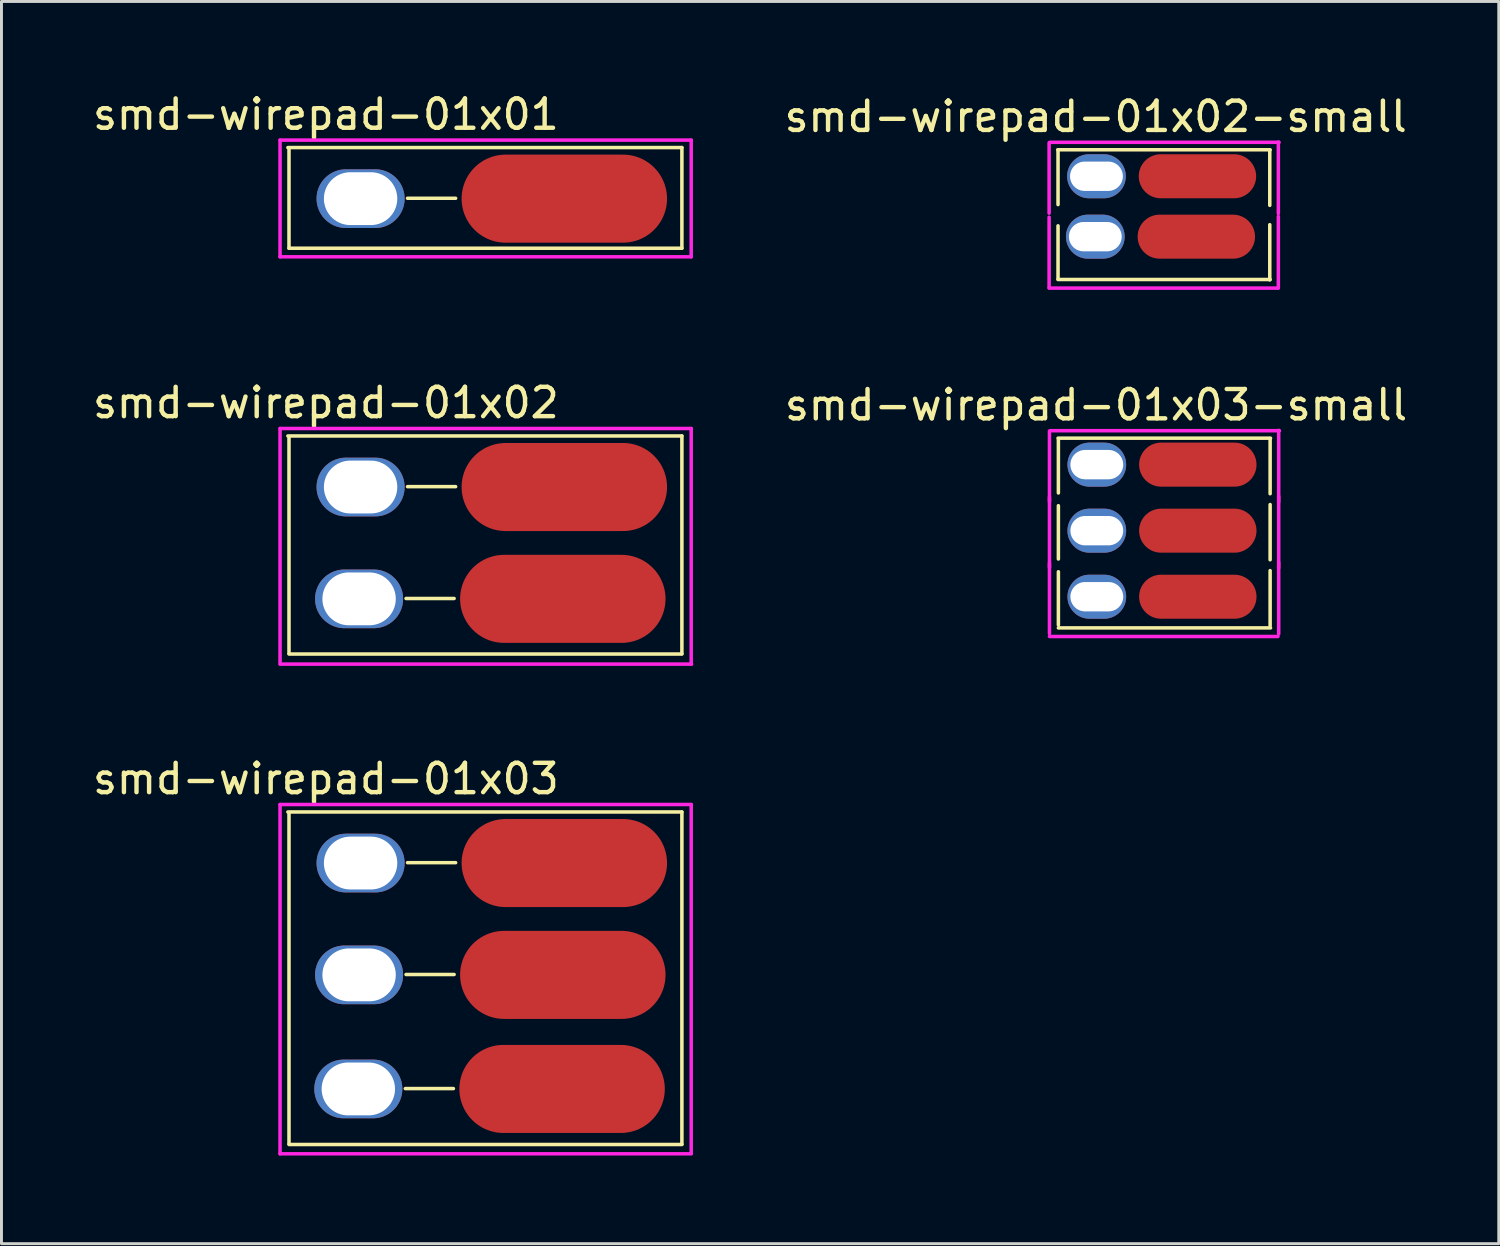
<source format=kicad_pcb>
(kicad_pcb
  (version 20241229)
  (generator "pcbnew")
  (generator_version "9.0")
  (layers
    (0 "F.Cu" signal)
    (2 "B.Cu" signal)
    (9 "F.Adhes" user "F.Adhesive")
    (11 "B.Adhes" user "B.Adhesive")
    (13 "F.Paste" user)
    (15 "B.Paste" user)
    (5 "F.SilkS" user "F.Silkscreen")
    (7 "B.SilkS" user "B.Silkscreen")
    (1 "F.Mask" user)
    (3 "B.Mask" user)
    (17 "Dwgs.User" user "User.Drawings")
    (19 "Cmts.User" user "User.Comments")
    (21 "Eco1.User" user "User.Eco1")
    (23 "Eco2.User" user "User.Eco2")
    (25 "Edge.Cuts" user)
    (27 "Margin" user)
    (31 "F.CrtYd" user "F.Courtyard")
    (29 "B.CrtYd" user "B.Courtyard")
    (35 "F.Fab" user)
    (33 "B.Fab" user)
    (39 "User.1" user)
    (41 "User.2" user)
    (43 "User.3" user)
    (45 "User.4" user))
  (footprint "smd-wirepad-01x03-small"
    (layer "F.Cu")
    (at 37.937 10.075)
    (property "Reference" "smd-wirepad-01x03-small" (at -3.645 0.673 0) (layer "F.SilkS") (effects (font (size 1 1) (thickness 0.15))))
    (attr through_hole)
    (fp_line (start -4.94 1.803) (end 2.299 1.803) (stroke (width 0.12) (type solid)) (layer "F.SilkS"))
    (fp_line (start -4.928 3.67) (end -4.928 1.854) (stroke (width 0.12) (type solid)) (layer "F.SilkS"))
    (fp_line (start -4.928 5.92) (end -4.928 4.104) (stroke (width 0.12) (type solid)) (layer "F.SilkS"))
    (fp_line (start -4.928 8.17) (end -4.928 6.354) (stroke (width 0.12) (type solid)) (layer "F.SilkS"))
    (fp_line (start 2.286 1.816) (end 2.286 3.696) (stroke (width 0.12) (type solid)) (layer "F.SilkS"))
    (fp_line (start 2.286 4.066) (end 2.286 5.946) (stroke (width 0.12) (type solid)) (layer "F.SilkS"))
    (fp_line (start 2.286 6.316) (end 2.286 8.196) (stroke (width 0.12) (type solid)) (layer "F.SilkS"))
    (fp_line (start 2.299 8.268) (end -4.928 8.268) (stroke (width 0.12) (type solid)) (layer "F.SilkS"))
    (fp_line (start -5.232 3.962) (end -5.232 1.562) (stroke (width 0.12) (type solid)) (layer "F.CrtYd"))
    (fp_line (start -5.232 6.212) (end -5.232 3.812) (stroke (width 0.12) (type solid)) (layer "F.CrtYd"))
    (fp_line (start -5.232 8.462) (end -5.232 6.062) (stroke (width 0.12) (type solid)) (layer "F.CrtYd"))
    (fp_line (start -5.207 1.549) (end 2.603 1.549) (stroke (width 0.12) (type solid)) (layer "F.CrtYd"))
    (fp_line (start 2.553 8.56) (end -5.232 8.56) (stroke (width 0.12) (type solid)) (layer "F.CrtYd"))
    (fp_line (start 2.578 1.537) (end 2.578 3.975) (stroke (width 0.12) (type solid)) (layer "F.CrtYd"))
    (fp_line (start 2.578 3.787) (end 2.578 6.225) (stroke (width 0.12) (type solid)) (layer "F.CrtYd"))
    (fp_line (start 2.578 6.037) (end 2.578 8.475) (stroke (width 0.12) (type solid)) (layer "F.CrtYd"))
    (pad "" np_thru_hole oval (at -3.619 2.705) (size 2 1.5) (drill oval 1.8 1) (layers "*.Cu" "*.Mask"))
    (pad "" np_thru_hole oval (at -3.619 4.955) (size 2 1.5) (drill oval 1.8 1) (layers "*.Cu" "*.Mask"))
    (pad "" np_thru_hole oval (at -3.619 7.205) (size 2 1.5) (drill oval 1.8 1) (layers "*.Cu" "*.Mask"))
    (pad "1" smd oval (at -0.178 2.705) (size 4 1.5) (layers "F.Cu" "F.Mask" "F.Paste"))
    (pad "2" smd oval (at -0.178 4.955) (size 4 1.5) (layers "F.Cu" "F.Mask" "F.Paste"))
    (pad "3" smd oval (at -0.178 7.205) (size 4 1.5) (layers "F.Cu" "F.Mask" "F.Paste")))
  (footprint "smd-wirepad-01x03"
    (layer "F.Cu")
    (at 12.854 23.649)
    (property "Reference" "smd-wirepad-01x03" (at -4.801 -0.165 0) (layer "F.SilkS") (effects (font (size 1 1) (thickness 0.15))))
    (attr through_hole)
    (fp_line (start -6.096 0.965) (end 7.328 0.965) (stroke (width 0.12) (type solid)) (layer "F.SilkS"))
    (fp_line (start -6.058 12.268) (end -6.058 0.991) (stroke (width 0.12) (type solid)) (layer "F.SilkS"))
    (fp_line (start -2.095 10.389) (end -0.457 10.389) (stroke (width 0.12) (type solid)) (layer "F.SilkS"))
    (fp_line (start -2.07 6.502) (end -0.432 6.502) (stroke (width 0.12) (type solid)) (layer "F.SilkS"))
    (fp_line (start -2.019 2.692) (end -0.381 2.692) (stroke (width 0.12) (type solid)) (layer "F.SilkS"))
    (fp_line (start 7.328 0.965) (end 7.328 12.281) (stroke (width 0.12) (type solid)) (layer "F.SilkS"))
    (fp_line (start 7.328 12.294) (end -6.058 12.294) (stroke (width 0.12) (type solid)) (layer "F.SilkS"))
    (fp_line (start -6.363 0.711) (end 7.645 0.711) (stroke (width 0.12) (type solid)) (layer "F.CrtYd"))
    (fp_line (start -6.363 12.611) (end -6.363 0.711) (stroke (width 0.12) (type solid)) (layer "F.CrtYd"))
    (fp_line (start 7.645 0.711) (end 7.645 12.598) (stroke (width 0.12) (type solid)) (layer "F.CrtYd"))
    (fp_line (start 7.645 12.611) (end -6.363 12.611) (stroke (width 0.12) (type solid)) (layer "F.CrtYd"))
    (pad "" np_thru_hole oval (at -3.696 10.401) (size 3 2) (drill oval 2.5 1.8) (layers "*.Cu" "*.Mask"))
    (pad "" np_thru_hole oval (at -3.67 6.515) (size 3 2) (drill oval 2.5 1.8) (layers "*.Cu" "*.Mask"))
    (pad "" np_thru_hole oval (at -3.619 2.705) (size 3 2) (drill oval 2.5 1.8) (layers "*.Cu" "*.Mask"))
    (pad "1" smd oval (at -0.178 2.705) (size 7 3) (drill (offset 3.5 0)) (layers "F.Cu" "F.Mask" "F.Paste"))
    (pad "2" smd oval (at -0.229 6.515) (size 7 3) (drill (offset 3.5 0)) (layers "F.Cu" "F.Mask" "F.Paste"))
    (pad "3" smd oval (at -0.254 10.401) (size 7 3) (drill (offset 3.5 0)) (layers "F.Cu" "F.Mask" "F.Paste")))
  (footprint "smd-wirepad-01x01"
    (layer "F.Cu")
    (at 12.854 1.013)
    (property "Reference" "smd-wirepad-01x01" (at -4.801 -0.165 0) (layer "F.SilkS") (effects (font (size 1 1) (thickness 0.15))))
    (attr through_hole)
    (fp_line (start -6.096 0.965) (end 7.328 0.965) (stroke (width 0.12) (type solid)) (layer "F.SilkS"))
    (fp_line (start -6.058 4.394) (end -6.058 0.991) (stroke (width 0.12) (type solid)) (layer "F.SilkS"))
    (fp_line (start -2.019 2.692) (end -0.381 2.692) (stroke (width 0.12) (type solid)) (layer "F.SilkS"))
    (fp_line (start 7.328 0.965) (end 7.328 4.394) (stroke (width 0.12) (type solid)) (layer "F.SilkS"))
    (fp_line (start 7.328 4.394) (end -6.058 4.394) (stroke (width 0.12) (type solid)) (layer "F.SilkS"))
    (fp_line (start -6.363 0.711) (end 7.645 0.711) (stroke (width 0.12) (type solid)) (layer "F.CrtYd"))
    (fp_line (start -6.363 4.686) (end -6.363 0.711) (stroke (width 0.12) (type solid)) (layer "F.CrtYd"))
    (fp_line (start 7.645 0.711) (end 7.645 4.686) (stroke (width 0.12) (type solid)) (layer "F.CrtYd"))
    (fp_line (start 7.645 4.686) (end -6.363 4.686) (stroke (width 0.12) (type solid)) (layer "F.CrtYd"))
    (pad "" np_thru_hole oval (at -3.619 2.705) (size 3 2) (drill oval 2.5 1.8) (layers "*.Cu" "*.Mask"))
    (pad "1" smd oval (at -0.178 2.705) (size 7 3) (drill (offset 3.5 0)) (layers "F.Cu" "F.Mask" "F.Paste")))
  (footprint "smd-wirepad-01x02-small"
    (layer "F.Cu")
    (at 37.925 0.25)
    (property "Reference" "smd-wirepad-01x02-small" (at -3.645 0.673 0) (layer "F.SilkS") (effects (font (size 1 1) (thickness 0.15))))
    (attr through_hole)
    (fp_line (start -4.94 1.803) (end 2.299 1.803) (stroke (width 0.12) (type solid)) (layer "F.SilkS"))
    (fp_line (start -4.928 3.67) (end -4.928 1.854) (stroke (width 0.12) (type solid)) (layer "F.SilkS"))
    (fp_line (start -4.928 6.21) (end -4.928 4.394) (stroke (width 0.12) (type solid)) (layer "F.SilkS"))
    (fp_line (start 2.286 1.816) (end 2.286 3.696) (stroke (width 0.12) (type solid)) (layer "F.SilkS"))
    (fp_line (start 2.286 4.356) (end 2.286 6.236) (stroke (width 0.12) (type solid)) (layer "F.SilkS"))
    (fp_line (start 2.299 6.223) (end -4.928 6.223) (stroke (width 0.12) (type solid)) (layer "F.SilkS"))
    (fp_line (start -5.232 3.962) (end -5.232 1.562) (stroke (width 0.12) (type solid)) (layer "F.CrtYd"))
    (fp_line (start -5.232 6.502) (end -5.232 4.102) (stroke (width 0.12) (type solid)) (layer "F.CrtYd"))
    (fp_line (start -5.207 1.549) (end 2.603 1.549) (stroke (width 0.12) (type solid)) (layer "F.CrtYd"))
    (fp_line (start 2.553 6.515) (end -5.232 6.515) (stroke (width 0.12) (type solid)) (layer "F.CrtYd"))
    (fp_line (start 2.578 1.537) (end 2.578 3.975) (stroke (width 0.12) (type solid)) (layer "F.CrtYd"))
    (fp_line (start 2.578 4.077) (end 2.578 6.515) (stroke (width 0.12) (type solid)) (layer "F.CrtYd"))
    (pad "" np_thru_hole oval (at -3.658 4.763) (size 2 1.5) (drill oval 1.8 1) (layers "*.Cu" "*.Mask"))
    (pad "" np_thru_hole oval (at -3.619 2.705) (size 2 1.5) (drill oval 1.8 1) (layers "*.Cu" "*.Mask"))
    (pad "1" smd oval (at -0.178 2.705) (size 4 1.5) (layers "F.Cu" "F.Mask" "F.Paste"))
    (pad "2" smd oval (at -0.216 4.763) (size 4 1.5) (layers "F.Cu" "F.Mask" "F.Paste")))
  (footprint "smd-wirepad-01x02"
    (layer "F.Cu")
    (at 12.854 10.838)
    (property "Reference" "smd-wirepad-01x02" (at -4.801 -0.165 0) (layer "F.SilkS") (effects (font (size 1 1) (thickness 0.15))))
    (attr through_hole)
    (fp_line (start -6.096 0.965) (end 7.328 0.965) (stroke (width 0.12) (type solid)) (layer "F.SilkS"))
    (fp_line (start -6.058 8.369) (end -6.058 0.991) (stroke (width 0.12) (type solid)) (layer "F.SilkS"))
    (fp_line (start -2.07 6.502) (end -0.432 6.502) (stroke (width 0.12) (type solid)) (layer "F.SilkS"))
    (fp_line (start -2.019 2.692) (end -0.381 2.692) (stroke (width 0.12) (type solid)) (layer "F.SilkS"))
    (fp_line (start 7.328 0.965) (end 7.328 8.382) (stroke (width 0.12) (type solid)) (layer "F.SilkS"))
    (fp_line (start 7.328 8.395) (end -6.058 8.395) (stroke (width 0.12) (type solid)) (layer "F.SilkS"))
    (fp_line (start -6.363 0.711) (end 7.645 0.711) (stroke (width 0.12) (type solid)) (layer "F.CrtYd"))
    (fp_line (start -6.363 8.738) (end -6.363 0.711) (stroke (width 0.12) (type solid)) (layer "F.CrtYd"))
    (fp_line (start 7.645 0.711) (end 7.645 8.738) (stroke (width 0.12) (type solid)) (layer "F.CrtYd"))
    (fp_line (start 7.658 8.738) (end -6.35 8.738) (stroke (width 0.12) (type solid)) (layer "F.CrtYd"))
    (pad "" np_thru_hole oval (at -3.67 6.515) (size 3 2) (drill oval 2.5 1.8) (layers "*.Cu" "*.Mask"))
    (pad "" np_thru_hole oval (at -3.619 2.705) (size 3 2) (drill oval 2.5 1.8) (layers "*.Cu" "*.Mask"))
    (pad "1" smd oval (at -0.178 2.705) (size 7 3) (drill (offset 3.5 0)) (layers "F.Cu" "F.Mask" "F.Paste"))
    (pad "2" smd oval (at -0.229 6.515) (size 7 3) (drill (offset 3.5 0)) (layers "F.Cu" "F.Mask" "F.Paste")))
  (gr_rect
    (start -3 -3)
    (end 48.013 39.321)
    (stroke (width 0.1) (type default))
    (fill no)
    (layer "Edge.Cuts")))
</source>
